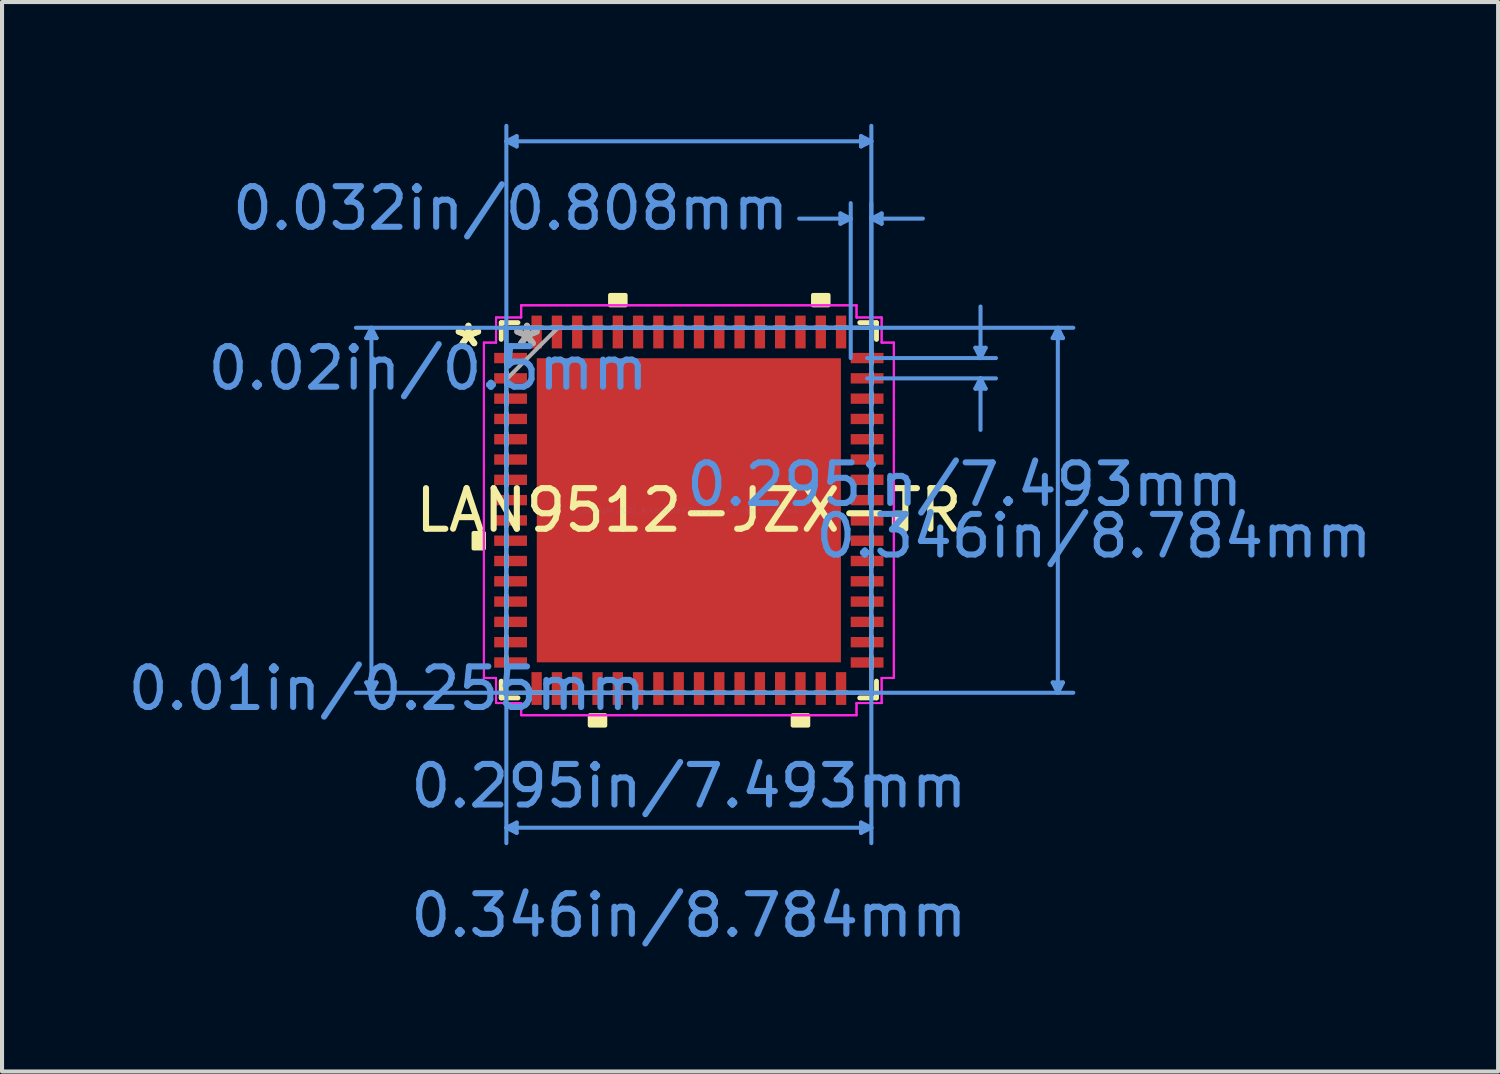
<source format=kicad_pcb>
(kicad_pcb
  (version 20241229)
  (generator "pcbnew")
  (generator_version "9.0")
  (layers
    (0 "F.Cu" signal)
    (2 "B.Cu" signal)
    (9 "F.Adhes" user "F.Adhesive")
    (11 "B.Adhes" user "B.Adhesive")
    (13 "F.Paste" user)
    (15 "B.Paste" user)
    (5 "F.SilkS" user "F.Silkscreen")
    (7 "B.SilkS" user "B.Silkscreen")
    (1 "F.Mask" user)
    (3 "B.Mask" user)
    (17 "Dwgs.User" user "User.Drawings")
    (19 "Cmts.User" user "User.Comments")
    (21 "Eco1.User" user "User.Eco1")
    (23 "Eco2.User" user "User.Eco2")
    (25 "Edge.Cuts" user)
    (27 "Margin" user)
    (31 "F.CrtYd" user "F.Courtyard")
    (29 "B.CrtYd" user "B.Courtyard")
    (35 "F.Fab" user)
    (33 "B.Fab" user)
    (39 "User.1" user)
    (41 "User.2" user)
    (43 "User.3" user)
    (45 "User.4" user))
  (footprint "LAN9512-JZX-TR"
    (layer "F.Cu")
    (at 13.922 9.522)
    (property "Reference" "LAN9512-JZX-TR" (at 0 0 0) (layer "F.SilkS") (effects (font (size 1 1) (thickness 0.15))))
    (attr through_hole)
    (fp_line (start -4.623 -4.623) (end -4.623 -4.21) (stroke (width 0.12) (type solid)) (layer "F.SilkS"))
    (fp_line (start -4.623 4.21) (end -4.623 4.623) (stroke (width 0.12) (type solid)) (layer "F.SilkS"))
    (fp_line (start -4.623 4.623) (end -4.21 4.623) (stroke (width 0.12) (type solid)) (layer "F.SilkS"))
    (fp_line (start -4.21 -4.623) (end -4.623 -4.623) (stroke (width 0.12) (type solid)) (layer "F.SilkS"))
    (fp_line (start 4.21 4.623) (end 4.623 4.623) (stroke (width 0.12) (type solid)) (layer "F.SilkS"))
    (fp_line (start 4.623 -4.623) (end 4.21 -4.623) (stroke (width 0.12) (type solid)) (layer "F.SilkS"))
    (fp_line (start 4.623 -4.21) (end 4.623 -4.623) (stroke (width 0.12) (type solid)) (layer "F.SilkS"))
    (fp_line (start 4.623 4.623) (end 4.623 4.21) (stroke (width 0.12) (type solid)) (layer "F.SilkS"))
    (fp_poly (pts (xy -5.304 0.56) (xy -5.304 0.941) (xy -5.05 0.941) (xy -5.05 0.56)) (stroke (width 0.1) (type solid)) (fill yes) (layer "F.SilkS"))
    (fp_poly (pts (xy -2.441 5.05) (xy -2.441 5.304) (xy -2.06 5.304) (xy -2.06 5.05)) (stroke (width 0.1) (type solid)) (fill yes) (layer "F.SilkS"))
    (fp_poly (pts (xy -1.94 -5.05) (xy -1.94 -5.304) (xy -1.559 -5.304) (xy -1.559 -5.05)) (stroke (width 0.1) (type solid)) (fill yes) (layer "F.SilkS"))
    (fp_poly (pts (xy 2.559 5.05) (xy 2.559 5.304) (xy 2.941 5.304) (xy 2.941 5.05)) (stroke (width 0.1) (type solid)) (fill yes) (layer "F.SilkS"))
    (fp_poly (pts (xy 3.06 -5.05) (xy 3.06 -5.304) (xy 3.441 -5.304) (xy 3.441 -5.05)) (stroke (width 0.1) (type solid)) (fill yes) (layer "F.SilkS"))
    (fp_poly (pts (xy 5.304 0.059) (xy 5.304 0.441) (xy 5.05 0.441) (xy 5.05 0.059)) (stroke (width 0.1) (type solid)) (fill yes) (layer "F.SilkS"))
    (fp_poly (pts (xy -3.647 -3.647) (xy -3.647 -2.348) (xy -2.348 -2.348) (xy -2.348 -3.647)) (stroke (width 0.1) (type solid)) (fill yes) (layer "F.Paste"))
    (fp_poly (pts (xy -3.647 -2.148) (xy -3.647 -0.849) (xy -2.348 -0.849) (xy -2.348 -2.148)) (stroke (width 0.1) (type solid)) (fill yes) (layer "F.Paste"))
    (fp_poly (pts (xy -3.647 -0.649) (xy -3.647 0.649) (xy -2.348 0.649) (xy -2.348 -0.649)) (stroke (width 0.1) (type solid)) (fill yes) (layer "F.Paste"))
    (fp_poly (pts (xy -3.647 0.849) (xy -3.647 2.148) (xy -2.348 2.148) (xy -2.348 0.849)) (stroke (width 0.1) (type solid)) (fill yes) (layer "F.Paste"))
    (fp_poly (pts (xy -3.647 2.348) (xy -3.647 3.647) (xy -2.348 3.647) (xy -2.348 2.348)) (stroke (width 0.1) (type solid)) (fill yes) (layer "F.Paste"))
    (fp_poly (pts (xy -2.148 -3.647) (xy -2.148 -2.348) (xy -0.849 -2.348) (xy -0.849 -3.647)) (stroke (width 0.1) (type solid)) (fill yes) (layer "F.Paste"))
    (fp_poly (pts (xy -2.148 -2.148) (xy -2.148 -0.849) (xy -0.849 -0.849) (xy -0.849 -2.148)) (stroke (width 0.1) (type solid)) (fill yes) (layer "F.Paste"))
    (fp_poly (pts (xy -2.148 -0.649) (xy -2.148 0.649) (xy -0.849 0.649) (xy -0.849 -0.649)) (stroke (width 0.1) (type solid)) (fill yes) (layer "F.Paste"))
    (fp_poly (pts (xy -2.148 0.849) (xy -2.148 2.148) (xy -0.849 2.148) (xy -0.849 0.849)) (stroke (width 0.1) (type solid)) (fill yes) (layer "F.Paste"))
    (fp_poly (pts (xy -2.148 2.348) (xy -2.148 3.647) (xy -0.849 3.647) (xy -0.849 2.348)) (stroke (width 0.1) (type solid)) (fill yes) (layer "F.Paste"))
    (fp_poly (pts (xy -0.649 -3.647) (xy -0.649 -2.348) (xy 0.649 -2.348) (xy 0.649 -3.647)) (stroke (width 0.1) (type solid)) (fill yes) (layer "F.Paste"))
    (fp_poly (pts (xy -0.649 -2.148) (xy -0.649 -0.849) (xy 0.649 -0.849) (xy 0.649 -2.148)) (stroke (width 0.1) (type solid)) (fill yes) (layer "F.Paste"))
    (fp_poly (pts (xy -0.649 -0.649) (xy -0.649 0.649) (xy 0.649 0.649) (xy 0.649 -0.649)) (stroke (width 0.1) (type solid)) (fill yes) (layer "F.Paste"))
    (fp_poly (pts (xy -0.649 0.849) (xy -0.649 2.148) (xy 0.649 2.148) (xy 0.649 0.849)) (stroke (width 0.1) (type solid)) (fill yes) (layer "F.Paste"))
    (fp_poly (pts (xy -0.649 2.348) (xy -0.649 3.647) (xy 0.649 3.647) (xy 0.649 2.348)) (stroke (width 0.1) (type solid)) (fill yes) (layer "F.Paste"))
    (fp_poly (pts (xy 0.849 -3.647) (xy 0.849 -2.348) (xy 2.148 -2.348) (xy 2.148 -3.647)) (stroke (width 0.1) (type solid)) (fill yes) (layer "F.Paste"))
    (fp_poly (pts (xy 0.849 -2.148) (xy 0.849 -0.849) (xy 2.148 -0.849) (xy 2.148 -2.148)) (stroke (width 0.1) (type solid)) (fill yes) (layer "F.Paste"))
    (fp_poly (pts (xy 0.849 -0.649) (xy 0.849 0.649) (xy 2.148 0.649) (xy 2.148 -0.649)) (stroke (width 0.1) (type solid)) (fill yes) (layer "F.Paste"))
    (fp_poly (pts (xy 0.849 0.849) (xy 0.849 2.148) (xy 2.148 2.148) (xy 2.148 0.849)) (stroke (width 0.1) (type solid)) (fill yes) (layer "F.Paste"))
    (fp_poly (pts (xy 0.849 2.348) (xy 0.849 3.647) (xy 2.148 3.647) (xy 2.148 2.348)) (stroke (width 0.1) (type solid)) (fill yes) (layer "F.Paste"))
    (fp_poly (pts (xy 2.348 -3.647) (xy 2.348 -2.348) (xy 3.647 -2.348) (xy 3.647 -3.647)) (stroke (width 0.1) (type solid)) (fill yes) (layer "F.Paste"))
    (fp_poly (pts (xy 2.348 -2.148) (xy 2.348 -0.849) (xy 3.647 -0.849) (xy 3.647 -2.148)) (stroke (width 0.1) (type solid)) (fill yes) (layer "F.Paste"))
    (fp_poly (pts (xy 2.348 -0.649) (xy 2.348 0.649) (xy 3.647 0.649) (xy 3.647 -0.649)) (stroke (width 0.1) (type solid)) (fill yes) (layer "F.Paste"))
    (fp_poly (pts (xy 2.348 0.849) (xy 2.348 2.148) (xy 3.647 2.148) (xy 3.647 0.849)) (stroke (width 0.1) (type solid)) (fill yes) (layer "F.Paste"))
    (fp_poly (pts (xy 2.348 2.348) (xy 2.348 3.647) (xy 3.647 3.647) (xy 3.647 2.348)) (stroke (width 0.1) (type solid)) (fill yes) (layer "F.Paste"))
    (fp_line (start -7.948 -4.242) (end -7.694 -4.242) (stroke (width 0.1) (type solid)) (layer "Cmts.User"))
    (fp_line (start -7.948 4.242) (end -7.694 4.242) (stroke (width 0.1) (type solid)) (layer "Cmts.User"))
    (fp_line (start -7.821 -4.496) (end -7.948 -4.242) (stroke (width 0.1) (type solid)) (layer "Cmts.User"))
    (fp_line (start -7.821 -4.496) (end -7.821 4.496) (stroke (width 0.1) (type solid)) (layer "Cmts.User"))
    (fp_line (start -7.821 -4.496) (end -7.694 -4.242) (stroke (width 0.1) (type solid)) (layer "Cmts.User"))
    (fp_line (start -7.821 4.496) (end -7.948 4.242) (stroke (width 0.1) (type solid)) (layer "Cmts.User"))
    (fp_line (start -7.821 4.496) (end -7.694 4.242) (stroke (width 0.1) (type solid)) (layer "Cmts.User"))
    (fp_line (start -4.496 -9.091) (end -4.242 -9.218) (stroke (width 0.1) (type solid)) (layer "Cmts.User"))
    (fp_line (start -4.496 -9.091) (end -4.242 -8.964) (stroke (width 0.1) (type solid)) (layer "Cmts.User"))
    (fp_line (start -4.496 -9.091) (end 4.496 -9.091) (stroke (width 0.1) (type solid)) (layer "Cmts.User"))
    (fp_line (start -4.496 -4.496) (end -4.496 8.202) (stroke (width 0.1) (type solid)) (layer "Cmts.User"))
    (fp_line (start -4.496 -3.75) (end -4.496 -9.472) (stroke (width 0.1) (type solid)) (layer "Cmts.User"))
    (fp_line (start -4.496 7.821) (end -4.242 7.694) (stroke (width 0.1) (type solid)) (layer "Cmts.User"))
    (fp_line (start -4.496 7.821) (end -4.242 7.948) (stroke (width 0.1) (type solid)) (layer "Cmts.User"))
    (fp_line (start -4.496 7.821) (end 4.496 7.821) (stroke (width 0.1) (type solid)) (layer "Cmts.User"))
    (fp_line (start -4.242 -9.218) (end -4.242 -8.964) (stroke (width 0.1) (type solid)) (layer "Cmts.User"))
    (fp_line (start -4.242 7.694) (end -4.242 7.948) (stroke (width 0.1) (type solid)) (layer "Cmts.User"))
    (fp_line (start 3.734 -7.313) (end 3.734 -7.059) (stroke (width 0.1) (type solid)) (layer "Cmts.User"))
    (fp_line (start 3.75 -4.496) (end 9.472 -4.496) (stroke (width 0.1) (type solid)) (layer "Cmts.User"))
    (fp_line (start 3.75 4.496) (end 9.472 4.496) (stroke (width 0.1) (type solid)) (layer "Cmts.User"))
    (fp_line (start 3.988 -7.186) (end 2.718 -7.186) (stroke (width 0.1) (type solid)) (layer "Cmts.User"))
    (fp_line (start 3.988 -7.186) (end 3.734 -7.313) (stroke (width 0.1) (type solid)) (layer "Cmts.User"))
    (fp_line (start 3.988 -7.186) (end 3.734 -7.059) (stroke (width 0.1) (type solid)) (layer "Cmts.User"))
    (fp_line (start 3.988 -3.75) (end 3.988 -7.567) (stroke (width 0.1) (type solid)) (layer "Cmts.User"))
    (fp_line (start 4.242 -9.218) (end 4.242 -8.964) (stroke (width 0.1) (type solid)) (layer "Cmts.User"))
    (fp_line (start 4.242 7.694) (end 4.242 7.948) (stroke (width 0.1) (type solid)) (layer "Cmts.User"))
    (fp_line (start 4.392 -3.75) (end 7.567 -3.75) (stroke (width 0.1) (type solid)) (layer "Cmts.User"))
    (fp_line (start 4.392 -3.25) (end 7.567 -3.25) (stroke (width 0.1) (type solid)) (layer "Cmts.User"))
    (fp_line (start 4.496 -9.091) (end 4.242 -9.218) (stroke (width 0.1) (type solid)) (layer "Cmts.User"))
    (fp_line (start 4.496 -9.091) (end 4.242 -8.964) (stroke (width 0.1) (type solid)) (layer "Cmts.User"))
    (fp_line (start 4.496 -7.186) (end 4.75 -7.313) (stroke (width 0.1) (type solid)) (layer "Cmts.User"))
    (fp_line (start 4.496 -7.186) (end 4.75 -7.059) (stroke (width 0.1) (type solid)) (layer "Cmts.User"))
    (fp_line (start 4.496 -7.186) (end 5.766 -7.186) (stroke (width 0.1) (type solid)) (layer "Cmts.User"))
    (fp_line (start 4.496 -4.496) (end -8.202 -4.496) (stroke (width 0.1) (type solid)) (layer "Cmts.User"))
    (fp_line (start 4.496 -4.496) (end 4.496 8.202) (stroke (width 0.1) (type solid)) (layer "Cmts.User"))
    (fp_line (start 4.496 -3.75) (end 4.496 -9.472) (stroke (width 0.1) (type solid)) (layer "Cmts.User"))
    (fp_line (start 4.496 -3.75) (end 4.496 -7.567) (stroke (width 0.1) (type solid)) (layer "Cmts.User"))
    (fp_line (start 4.496 4.496) (end -8.202 4.496) (stroke (width 0.1) (type solid)) (layer "Cmts.User"))
    (fp_line (start 4.496 7.821) (end 4.242 7.694) (stroke (width 0.1) (type solid)) (layer "Cmts.User"))
    (fp_line (start 4.496 7.821) (end 4.242 7.948) (stroke (width 0.1) (type solid)) (layer "Cmts.User"))
    (fp_line (start 4.75 -7.313) (end 4.75 -7.059) (stroke (width 0.1) (type solid)) (layer "Cmts.User"))
    (fp_line (start 7.059 -4.004) (end 7.313 -4.004) (stroke (width 0.1) (type solid)) (layer "Cmts.User"))
    (fp_line (start 7.059 -2.996) (end 7.313 -2.996) (stroke (width 0.1) (type solid)) (layer "Cmts.User"))
    (fp_line (start 7.186 -3.75) (end 7.059 -4.004) (stroke (width 0.1) (type solid)) (layer "Cmts.User"))
    (fp_line (start 7.186 -3.75) (end 7.186 -5.02) (stroke (width 0.1) (type solid)) (layer "Cmts.User"))
    (fp_line (start 7.186 -3.75) (end 7.313 -4.004) (stroke (width 0.1) (type solid)) (layer "Cmts.User"))
    (fp_line (start 7.186 -3.25) (end 7.059 -2.996) (stroke (width 0.1) (type solid)) (layer "Cmts.User"))
    (fp_line (start 7.186 -3.25) (end 7.186 -1.98) (stroke (width 0.1) (type solid)) (layer "Cmts.User"))
    (fp_line (start 7.186 -3.25) (end 7.313 -2.996) (stroke (width 0.1) (type solid)) (layer "Cmts.User"))
    (fp_line (start 8.964 -4.242) (end 9.218 -4.242) (stroke (width 0.1) (type solid)) (layer "Cmts.User"))
    (fp_line (start 8.964 4.242) (end 9.218 4.242) (stroke (width 0.1) (type solid)) (layer "Cmts.User"))
    (fp_line (start 9.091 -4.496) (end 8.964 -4.242) (stroke (width 0.1) (type solid)) (layer "Cmts.User"))
    (fp_line (start 9.091 -4.496) (end 9.091 4.496) (stroke (width 0.1) (type solid)) (layer "Cmts.User"))
    (fp_line (start 9.091 -4.496) (end 9.218 -4.242) (stroke (width 0.1) (type solid)) (layer "Cmts.User"))
    (fp_line (start 9.091 4.496) (end 8.964 4.242) (stroke (width 0.1) (type solid)) (layer "Cmts.User"))
    (fp_line (start 9.091 4.496) (end 9.218 4.242) (stroke (width 0.1) (type solid)) (layer "Cmts.User"))
    (fp_line (start -5.05 -4.131) (end -4.75 -4.131) (stroke (width 0.05) (type solid)) (layer "F.CrtYd"))
    (fp_line (start -5.05 -4.131) (end -4.75 -4.131) (stroke (width 0.05) (type solid)) (layer "F.CrtYd"))
    (fp_line (start -5.05 4.131) (end -5.05 -4.131) (stroke (width 0.05) (type solid)) (layer "F.CrtYd"))
    (fp_line (start -5.05 4.131) (end -5.05 -4.131) (stroke (width 0.05) (type solid)) (layer "F.CrtYd"))
    (fp_line (start -4.75 -4.75) (end -4.131 -4.75) (stroke (width 0.05) (type solid)) (layer "F.CrtYd"))
    (fp_line (start -4.75 -4.75) (end -4.131 -4.75) (stroke (width 0.05) (type solid)) (layer "F.CrtYd"))
    (fp_line (start -4.75 -4.131) (end -4.75 -4.75) (stroke (width 0.05) (type solid)) (layer "F.CrtYd"))
    (fp_line (start -4.75 -4.131) (end -4.75 -4.75) (stroke (width 0.05) (type solid)) (layer "F.CrtYd"))
    (fp_line (start -4.75 4.131) (end -5.05 4.131) (stroke (width 0.05) (type solid)) (layer "F.CrtYd"))
    (fp_line (start -4.75 4.131) (end -5.05 4.131) (stroke (width 0.05) (type solid)) (layer "F.CrtYd"))
    (fp_line (start -4.75 4.75) (end -4.75 4.131) (stroke (width 0.05) (type solid)) (layer "F.CrtYd"))
    (fp_line (start -4.75 4.75) (end -4.75 4.131) (stroke (width 0.05) (type solid)) (layer "F.CrtYd"))
    (fp_line (start -4.131 -5.05) (end 4.131 -5.05) (stroke (width 0.05) (type solid)) (layer "F.CrtYd"))
    (fp_line (start -4.131 -5.05) (end 4.131 -5.05) (stroke (width 0.05) (type solid)) (layer "F.CrtYd"))
    (fp_line (start -4.131 -4.75) (end -4.131 -5.05) (stroke (width 0.05) (type solid)) (layer "F.CrtYd"))
    (fp_line (start -4.131 -4.75) (end -4.131 -5.05) (stroke (width 0.05) (type solid)) (layer "F.CrtYd"))
    (fp_line (start -4.131 4.75) (end -4.75 4.75) (stroke (width 0.05) (type solid)) (layer "F.CrtYd"))
    (fp_line (start -4.131 4.75) (end -4.75 4.75) (stroke (width 0.05) (type solid)) (layer "F.CrtYd"))
    (fp_line (start -4.131 5.05) (end -4.131 4.75) (stroke (width 0.05) (type solid)) (layer "F.CrtYd"))
    (fp_line (start -4.131 5.05) (end -4.131 4.75) (stroke (width 0.05) (type solid)) (layer "F.CrtYd"))
    (fp_line (start 4.131 -5.05) (end 4.131 -4.75) (stroke (width 0.05) (type solid)) (layer "F.CrtYd"))
    (fp_line (start 4.131 -5.05) (end 4.131 -4.75) (stroke (width 0.05) (type solid)) (layer "F.CrtYd"))
    (fp_line (start 4.131 -4.75) (end 4.75 -4.75) (stroke (width 0.05) (type solid)) (layer "F.CrtYd"))
    (fp_line (start 4.131 -4.75) (end 4.75 -4.75) (stroke (width 0.05) (type solid)) (layer "F.CrtYd"))
    (fp_line (start 4.131 4.75) (end 4.131 5.05) (stroke (width 0.05) (type solid)) (layer "F.CrtYd"))
    (fp_line (start 4.131 4.75) (end 4.131 5.05) (stroke (width 0.05) (type solid)) (layer "F.CrtYd"))
    (fp_line (start 4.131 5.05) (end -4.131 5.05) (stroke (width 0.05) (type solid)) (layer "F.CrtYd"))
    (fp_line (start 4.131 5.05) (end -4.131 5.05) (stroke (width 0.05) (type solid)) (layer "F.CrtYd"))
    (fp_line (start 4.75 -4.75) (end 4.75 -4.131) (stroke (width 0.05) (type solid)) (layer "F.CrtYd"))
    (fp_line (start 4.75 -4.75) (end 4.75 -4.131) (stroke (width 0.05) (type solid)) (layer "F.CrtYd"))
    (fp_line (start 4.75 -4.131) (end 5.05 -4.131) (stroke (width 0.05) (type solid)) (layer "F.CrtYd"))
    (fp_line (start 4.75 -4.131) (end 5.05 -4.131) (stroke (width 0.05) (type solid)) (layer "F.CrtYd"))
    (fp_line (start 4.75 4.131) (end 4.75 4.75) (stroke (width 0.05) (type solid)) (layer "F.CrtYd"))
    (fp_line (start 4.75 4.131) (end 4.75 4.75) (stroke (width 0.05) (type solid)) (layer "F.CrtYd"))
    (fp_line (start 4.75 4.75) (end 4.131 4.75) (stroke (width 0.05) (type solid)) (layer "F.CrtYd"))
    (fp_line (start 4.75 4.75) (end 4.131 4.75) (stroke (width 0.05) (type solid)) (layer "F.CrtYd"))
    (fp_line (start 5.05 -4.131) (end 5.05 4.131) (stroke (width 0.05) (type solid)) (layer "F.CrtYd"))
    (fp_line (start 5.05 -4.131) (end 5.05 4.131) (stroke (width 0.05) (type solid)) (layer "F.CrtYd"))
    (fp_line (start 5.05 4.131) (end 4.75 4.131) (stroke (width 0.05) (type solid)) (layer "F.CrtYd"))
    (fp_line (start 5.05 4.131) (end 4.75 4.131) (stroke (width 0.05) (type solid)) (layer "F.CrtYd"))
    (fp_line (start -4.496 -4.496) (end -4.496 -4.496) (stroke (width 0.1) (type solid)) (layer "F.Fab"))
    (fp_line (start -4.496 -4.496) (end -4.496 4.496) (stroke (width 0.1) (type solid)) (layer "F.Fab"))
    (fp_line (start -4.496 -3.902) (end -4.496 -3.902) (stroke (width 0.1) (type solid)) (layer "F.Fab"))
    (fp_line (start -4.496 -3.902) (end -4.496 -3.598) (stroke (width 0.1) (type solid)) (layer "F.Fab"))
    (fp_line (start -4.496 -3.598) (end -4.496 -3.902) (stroke (width 0.1) (type solid)) (layer "F.Fab"))
    (fp_line (start -4.496 -3.598) (end -4.496 -3.598) (stroke (width 0.1) (type solid)) (layer "F.Fab"))
    (fp_line (start -4.496 -3.402) (end -4.496 -3.402) (stroke (width 0.1) (type solid)) (layer "F.Fab"))
    (fp_line (start -4.496 -3.402) (end -4.496 -3.098) (stroke (width 0.1) (type solid)) (layer "F.Fab"))
    (fp_line (start -4.496 -3.226) (end -3.226 -4.496) (stroke (width 0.1) (type solid)) (layer "F.Fab"))
    (fp_line (start -4.496 -3.098) (end -4.496 -3.402) (stroke (width 0.1) (type solid)) (layer "F.Fab"))
    (fp_line (start -4.496 -3.098) (end -4.496 -3.098) (stroke (width 0.1) (type solid)) (layer "F.Fab"))
    (fp_line (start -4.496 -2.902) (end -4.496 -2.902) (stroke (width 0.1) (type solid)) (layer "F.Fab"))
    (fp_line (start -4.496 -2.902) (end -4.496 -2.598) (stroke (width 0.1) (type solid)) (layer "F.Fab"))
    (fp_line (start -4.496 -2.598) (end -4.496 -2.902) (stroke (width 0.1) (type solid)) (layer "F.Fab"))
    (fp_line (start -4.496 -2.598) (end -4.496 -2.598) (stroke (width 0.1) (type solid)) (layer "F.Fab"))
    (fp_line (start -4.496 -2.402) (end -4.496 -2.402) (stroke (width 0.1) (type solid)) (layer "F.Fab"))
    (fp_line (start -4.496 -2.402) (end -4.496 -2.098) (stroke (width 0.1) (type solid)) (layer "F.Fab"))
    (fp_line (start -4.496 -2.098) (end -4.496 -2.402) (stroke (width 0.1) (type solid)) (layer "F.Fab"))
    (fp_line (start -4.496 -2.098) (end -4.496 -2.098) (stroke (width 0.1) (type solid)) (layer "F.Fab"))
    (fp_line (start -4.496 -1.902) (end -4.496 -1.902) (stroke (width 0.1) (type solid)) (layer "F.Fab"))
    (fp_line (start -4.496 -1.902) (end -4.496 -1.598) (stroke (width 0.1) (type solid)) (layer "F.Fab"))
    (fp_line (start -4.496 -1.598) (end -4.496 -1.902) (stroke (width 0.1) (type solid)) (layer "F.Fab"))
    (fp_line (start -4.496 -1.598) (end -4.496 -1.598) (stroke (width 0.1) (type solid)) (layer "F.Fab"))
    (fp_line (start -4.496 -1.402) (end -4.496 -1.402) (stroke (width 0.1) (type solid)) (layer "F.Fab"))
    (fp_line (start -4.496 -1.402) (end -4.496 -1.098) (stroke (width 0.1) (type solid)) (layer "F.Fab"))
    (fp_line (start -4.496 -1.098) (end -4.496 -1.402) (stroke (width 0.1) (type solid)) (layer "F.Fab"))
    (fp_line (start -4.496 -1.098) (end -4.496 -1.098) (stroke (width 0.1) (type solid)) (layer "F.Fab"))
    (fp_line (start -4.496 -0.902) (end -4.496 -0.902) (stroke (width 0.1) (type solid)) (layer "F.Fab"))
    (fp_line (start -4.496 -0.902) (end -4.496 -0.598) (stroke (width 0.1) (type solid)) (layer "F.Fab"))
    (fp_line (start -4.496 -0.598) (end -4.496 -0.902) (stroke (width 0.1) (type solid)) (layer "F.Fab"))
    (fp_line (start -4.496 -0.598) (end -4.496 -0.598) (stroke (width 0.1) (type solid)) (layer "F.Fab"))
    (fp_line (start -4.496 -0.402) (end -4.496 -0.402) (stroke (width 0.1) (type solid)) (layer "F.Fab"))
    (fp_line (start -4.496 -0.402) (end -4.496 -0.098) (stroke (width 0.1) (type solid)) (layer "F.Fab"))
    (fp_line (start -4.496 -0.098) (end -4.496 -0.402) (stroke (width 0.1) (type solid)) (layer "F.Fab"))
    (fp_line (start -4.496 -0.098) (end -4.496 -0.098) (stroke (width 0.1) (type solid)) (layer "F.Fab"))
    (fp_line (start -4.496 0.098) (end -4.496 0.098) (stroke (width 0.1) (type solid)) (layer "F.Fab"))
    (fp_line (start -4.496 0.098) (end -4.496 0.402) (stroke (width 0.1) (type solid)) (layer "F.Fab"))
    (fp_line (start -4.496 0.402) (end -4.496 0.098) (stroke (width 0.1) (type solid)) (layer "F.Fab"))
    (fp_line (start -4.496 0.402) (end -4.496 0.402) (stroke (width 0.1) (type solid)) (layer "F.Fab"))
    (fp_line (start -4.496 0.598) (end -4.496 0.598) (stroke (width 0.1) (type solid)) (layer "F.Fab"))
    (fp_line (start -4.496 0.598) (end -4.496 0.902) (stroke (width 0.1) (type solid)) (layer "F.Fab"))
    (fp_line (start -4.496 0.902) (end -4.496 0.598) (stroke (width 0.1) (type solid)) (layer "F.Fab"))
    (fp_line (start -4.496 0.902) (end -4.496 0.902) (stroke (width 0.1) (type solid)) (layer "F.Fab"))
    (fp_line (start -4.496 1.098) (end -4.496 1.098) (stroke (width 0.1) (type solid)) (layer "F.Fab"))
    (fp_line (start -4.496 1.098) (end -4.496 1.402) (stroke (width 0.1) (type solid)) (layer "F.Fab"))
    (fp_line (start -4.496 1.402) (end -4.496 1.098) (stroke (width 0.1) (type solid)) (layer "F.Fab"))
    (fp_line (start -4.496 1.402) (end -4.496 1.402) (stroke (width 0.1) (type solid)) (layer "F.Fab"))
    (fp_line (start -4.496 1.598) (end -4.496 1.598) (stroke (width 0.1) (type solid)) (layer "F.Fab"))
    (fp_line (start -4.496 1.598) (end -4.496 1.902) (stroke (width 0.1) (type solid)) (layer "F.Fab"))
    (fp_line (start -4.496 1.902) (end -4.496 1.598) (stroke (width 0.1) (type solid)) (layer "F.Fab"))
    (fp_line (start -4.496 1.902) (end -4.496 1.902) (stroke (width 0.1) (type solid)) (layer "F.Fab"))
    (fp_line (start -4.496 2.098) (end -4.496 2.098) (stroke (width 0.1) (type solid)) (layer "F.Fab"))
    (fp_line (start -4.496 2.098) (end -4.496 2.402) (stroke (width 0.1) (type solid)) (layer "F.Fab"))
    (fp_line (start -4.496 2.402) (end -4.496 2.098) (stroke (width 0.1) (type solid)) (layer "F.Fab"))
    (fp_line (start -4.496 2.402) (end -4.496 2.402) (stroke (width 0.1) (type solid)) (layer "F.Fab"))
    (fp_line (start -4.496 2.598) (end -4.496 2.598) (stroke (width 0.1) (type solid)) (layer "F.Fab"))
    (fp_line (start -4.496 2.598) (end -4.496 2.902) (stroke (width 0.1) (type solid)) (layer "F.Fab"))
    (fp_line (start -4.496 2.902) (end -4.496 2.598) (stroke (width 0.1) (type solid)) (layer "F.Fab"))
    (fp_line (start -4.496 2.902) (end -4.496 2.902) (stroke (width 0.1) (type solid)) (layer "F.Fab"))
    (fp_line (start -4.496 3.098) (end -4.496 3.098) (stroke (width 0.1) (type solid)) (layer "F.Fab"))
    (fp_line (start -4.496 3.098) (end -4.496 3.402) (stroke (width 0.1) (type solid)) (layer "F.Fab"))
    (fp_line (start -4.496 3.402) (end -4.496 3.098) (stroke (width 0.1) (type solid)) (layer "F.Fab"))
    (fp_line (start -4.496 3.402) (end -4.496 3.402) (stroke (width 0.1) (type solid)) (layer "F.Fab"))
    (fp_line (start -4.496 3.598) (end -4.496 3.598) (stroke (width 0.1) (type solid)) (layer "F.Fab"))
    (fp_line (start -4.496 3.598) (end -4.496 3.902) (stroke (width 0.1) (type solid)) (layer "F.Fab"))
    (fp_line (start -4.496 3.902) (end -4.496 3.598) (stroke (width 0.1) (type solid)) (layer "F.Fab"))
    (fp_line (start -4.496 3.902) (end -4.496 3.902) (stroke (width 0.1) (type solid)) (layer "F.Fab"))
    (fp_line (start -4.496 4.496) (end -4.496 4.496) (stroke (width 0.1) (type solid)) (layer "F.Fab"))
    (fp_line (start -4.496 4.496) (end 4.496 4.496) (stroke (width 0.1) (type solid)) (layer "F.Fab"))
    (fp_line (start -3.902 -4.496) (end -3.902 -4.496) (stroke (width 0.1) (type solid)) (layer "F.Fab"))
    (fp_line (start -3.902 -4.496) (end -3.598 -4.496) (stroke (width 0.1) (type solid)) (layer "F.Fab"))
    (fp_line (start -3.902 4.496) (end -3.902 4.496) (stroke (width 0.1) (type solid)) (layer "F.Fab"))
    (fp_line (start -3.902 4.496) (end -3.598 4.496) (stroke (width 0.1) (type solid)) (layer "F.Fab"))
    (fp_line (start -3.598 -4.496) (end -3.902 -4.496) (stroke (width 0.1) (type solid)) (layer "F.Fab"))
    (fp_line (start -3.598 -4.496) (end -3.598 -4.496) (stroke (width 0.1) (type solid)) (layer "F.Fab"))
    (fp_line (start -3.598 4.496) (end -3.902 4.496) (stroke (width 0.1) (type solid)) (layer "F.Fab"))
    (fp_line (start -3.598 4.496) (end -3.598 4.496) (stroke (width 0.1) (type solid)) (layer "F.Fab"))
    (fp_line (start -3.402 -4.496) (end -3.402 -4.496) (stroke (width 0.1) (type solid)) (layer "F.Fab"))
    (fp_line (start -3.402 -4.496) (end -3.098 -4.496) (stroke (width 0.1) (type solid)) (layer "F.Fab"))
    (fp_line (start -3.402 4.496) (end -3.402 4.496) (stroke (width 0.1) (type solid)) (layer "F.Fab"))
    (fp_line (start -3.402 4.496) (end -3.098 4.496) (stroke (width 0.1) (type solid)) (layer "F.Fab"))
    (fp_line (start -3.098 -4.496) (end -3.402 -4.496) (stroke (width 0.1) (type solid)) (layer "F.Fab"))
    (fp_line (start -3.098 -4.496) (end -3.098 -4.496) (stroke (width 0.1) (type solid)) (layer "F.Fab"))
    (fp_line (start -3.098 4.496) (end -3.402 4.496) (stroke (width 0.1) (type solid)) (layer "F.Fab"))
    (fp_line (start -3.098 4.496) (end -3.098 4.496) (stroke (width 0.1) (type solid)) (layer "F.Fab"))
    (fp_line (start -2.902 -4.496) (end -2.902 -4.496) (stroke (width 0.1) (type solid)) (layer "F.Fab"))
    (fp_line (start -2.902 -4.496) (end -2.598 -4.496) (stroke (width 0.1) (type solid)) (layer "F.Fab"))
    (fp_line (start -2.902 4.496) (end -2.902 4.496) (stroke (width 0.1) (type solid)) (layer "F.Fab"))
    (fp_line (start -2.902 4.496) (end -2.598 4.496) (stroke (width 0.1) (type solid)) (layer "F.Fab"))
    (fp_line (start -2.598 -4.496) (end -2.902 -4.496) (stroke (width 0.1) (type solid)) (layer "F.Fab"))
    (fp_line (start -2.598 -4.496) (end -2.598 -4.496) (stroke (width 0.1) (type solid)) (layer "F.Fab"))
    (fp_line (start -2.598 4.496) (end -2.902 4.496) (stroke (width 0.1) (type solid)) (layer "F.Fab"))
    (fp_line (start -2.598 4.496) (end -2.598 4.496) (stroke (width 0.1) (type solid)) (layer "F.Fab"))
    (fp_line (start -2.402 -4.496) (end -2.402 -4.496) (stroke (width 0.1) (type solid)) (layer "F.Fab"))
    (fp_line (start -2.402 -4.496) (end -2.098 -4.496) (stroke (width 0.1) (type solid)) (layer "F.Fab"))
    (fp_line (start -2.402 4.496) (end -2.402 4.496) (stroke (width 0.1) (type solid)) (layer "F.Fab"))
    (fp_line (start -2.402 4.496) (end -2.098 4.496) (stroke (width 0.1) (type solid)) (layer "F.Fab"))
    (fp_line (start -2.098 -4.496) (end -2.402 -4.496) (stroke (width 0.1) (type solid)) (layer "F.Fab"))
    (fp_line (start -2.098 -4.496) (end -2.098 -4.496) (stroke (width 0.1) (type solid)) (layer "F.Fab"))
    (fp_line (start -2.098 4.496) (end -2.402 4.496) (stroke (width 0.1) (type solid)) (layer "F.Fab"))
    (fp_line (start -2.098 4.496) (end -2.098 4.496) (stroke (width 0.1) (type solid)) (layer "F.Fab"))
    (fp_line (start -1.902 -4.496) (end -1.902 -4.496) (stroke (width 0.1) (type solid)) (layer "F.Fab"))
    (fp_line (start -1.902 -4.496) (end -1.598 -4.496) (stroke (width 0.1) (type solid)) (layer "F.Fab"))
    (fp_line (start -1.902 4.496) (end -1.902 4.496) (stroke (width 0.1) (type solid)) (layer "F.Fab"))
    (fp_line (start -1.902 4.496) (end -1.598 4.496) (stroke (width 0.1) (type solid)) (layer "F.Fab"))
    (fp_line (start -1.598 -4.496) (end -1.902 -4.496) (stroke (width 0.1) (type solid)) (layer "F.Fab"))
    (fp_line (start -1.598 -4.496) (end -1.598 -4.496) (stroke (width 0.1) (type solid)) (layer "F.Fab"))
    (fp_line (start -1.598 4.496) (end -1.902 4.496) (stroke (width 0.1) (type solid)) (layer "F.Fab"))
    (fp_line (start -1.598 4.496) (end -1.598 4.496) (stroke (width 0.1) (type solid)) (layer "F.Fab"))
    (fp_line (start -1.402 -4.496) (end -1.402 -4.496) (stroke (width 0.1) (type solid)) (layer "F.Fab"))
    (fp_line (start -1.402 -4.496) (end -1.098 -4.496) (stroke (width 0.1) (type solid)) (layer "F.Fab"))
    (fp_line (start -1.402 4.496) (end -1.402 4.496) (stroke (width 0.1) (type solid)) (layer "F.Fab"))
    (fp_line (start -1.402 4.496) (end -1.098 4.496) (stroke (width 0.1) (type solid)) (layer "F.Fab"))
    (fp_line (start -1.098 -4.496) (end -1.402 -4.496) (stroke (width 0.1) (type solid)) (layer "F.Fab"))
    (fp_line (start -1.098 -4.496) (end -1.098 -4.496) (stroke (width 0.1) (type solid)) (layer "F.Fab"))
    (fp_line (start -1.098 4.496) (end -1.402 4.496) (stroke (width 0.1) (type solid)) (layer "F.Fab"))
    (fp_line (start -1.098 4.496) (end -1.098 4.496) (stroke (width 0.1) (type solid)) (layer "F.Fab"))
    (fp_line (start -0.902 -4.496) (end -0.902 -4.496) (stroke (width 0.1) (type solid)) (layer "F.Fab"))
    (fp_line (start -0.902 -4.496) (end -0.598 -4.496) (stroke (width 0.1) (type solid)) (layer "F.Fab"))
    (fp_line (start -0.902 4.496) (end -0.902 4.496) (stroke (width 0.1) (type solid)) (layer "F.Fab"))
    (fp_line (start -0.902 4.496) (end -0.598 4.496) (stroke (width 0.1) (type solid)) (layer "F.Fab"))
    (fp_line (start -0.598 -4.496) (end -0.902 -4.496) (stroke (width 0.1) (type solid)) (layer "F.Fab"))
    (fp_line (start -0.598 -4.496) (end -0.598 -4.496) (stroke (width 0.1) (type solid)) (layer "F.Fab"))
    (fp_line (start -0.598 4.496) (end -0.902 4.496) (stroke (width 0.1) (type solid)) (layer "F.Fab"))
    (fp_line (start -0.598 4.496) (end -0.598 4.496) (stroke (width 0.1) (type solid)) (layer "F.Fab"))
    (fp_line (start -0.402 -4.496) (end -0.402 -4.496) (stroke (width 0.1) (type solid)) (layer "F.Fab"))
    (fp_line (start -0.402 -4.496) (end -0.098 -4.496) (stroke (width 0.1) (type solid)) (layer "F.Fab"))
    (fp_line (start -0.402 4.496) (end -0.402 4.496) (stroke (width 0.1) (type solid)) (layer "F.Fab"))
    (fp_line (start -0.402 4.496) (end -0.098 4.496) (stroke (width 0.1) (type solid)) (layer "F.Fab"))
    (fp_line (start -0.098 -4.496) (end -0.402 -4.496) (stroke (width 0.1) (type solid)) (layer "F.Fab"))
    (fp_line (start -0.098 -4.496) (end -0.098 -4.496) (stroke (width 0.1) (type solid)) (layer "F.Fab"))
    (fp_line (start -0.098 4.496) (end -0.402 4.496) (stroke (width 0.1) (type solid)) (layer "F.Fab"))
    (fp_line (start -0.098 4.496) (end -0.098 4.496) (stroke (width 0.1) (type solid)) (layer "F.Fab"))
    (fp_line (start 0.098 -4.496) (end 0.098 -4.496) (stroke (width 0.1) (type solid)) (layer "F.Fab"))
    (fp_line (start 0.098 -4.496) (end 0.402 -4.496) (stroke (width 0.1) (type solid)) (layer "F.Fab"))
    (fp_line (start 0.098 4.496) (end 0.098 4.496) (stroke (width 0.1) (type solid)) (layer "F.Fab"))
    (fp_line (start 0.098 4.496) (end 0.402 4.496) (stroke (width 0.1) (type solid)) (layer "F.Fab"))
    (fp_line (start 0.402 -4.496) (end 0.098 -4.496) (stroke (width 0.1) (type solid)) (layer "F.Fab"))
    (fp_line (start 0.402 -4.496) (end 0.402 -4.496) (stroke (width 0.1) (type solid)) (layer "F.Fab"))
    (fp_line (start 0.402 4.496) (end 0.098 4.496) (stroke (width 0.1) (type solid)) (layer "F.Fab"))
    (fp_line (start 0.402 4.496) (end 0.402 4.496) (stroke (width 0.1) (type solid)) (layer "F.Fab"))
    (fp_line (start 0.598 -4.496) (end 0.598 -4.496) (stroke (width 0.1) (type solid)) (layer "F.Fab"))
    (fp_line (start 0.598 -4.496) (end 0.902 -4.496) (stroke (width 0.1) (type solid)) (layer "F.Fab"))
    (fp_line (start 0.598 4.496) (end 0.598 4.496) (stroke (width 0.1) (type solid)) (layer "F.Fab"))
    (fp_line (start 0.598 4.496) (end 0.902 4.496) (stroke (width 0.1) (type solid)) (layer "F.Fab"))
    (fp_line (start 0.902 -4.496) (end 0.598 -4.496) (stroke (width 0.1) (type solid)) (layer "F.Fab"))
    (fp_line (start 0.902 -4.496) (end 0.902 -4.496) (stroke (width 0.1) (type solid)) (layer "F.Fab"))
    (fp_line (start 0.902 4.496) (end 0.598 4.496) (stroke (width 0.1) (type solid)) (layer "F.Fab"))
    (fp_line (start 0.902 4.496) (end 0.902 4.496) (stroke (width 0.1) (type solid)) (layer "F.Fab"))
    (fp_line (start 1.098 -4.496) (end 1.098 -4.496) (stroke (width 0.1) (type solid)) (layer "F.Fab"))
    (fp_line (start 1.098 -4.496) (end 1.402 -4.496) (stroke (width 0.1) (type solid)) (layer "F.Fab"))
    (fp_line (start 1.098 4.496) (end 1.098 4.496) (stroke (width 0.1) (type solid)) (layer "F.Fab"))
    (fp_line (start 1.098 4.496) (end 1.402 4.496) (stroke (width 0.1) (type solid)) (layer "F.Fab"))
    (fp_line (start 1.402 -4.496) (end 1.098 -4.496) (stroke (width 0.1) (type solid)) (layer "F.Fab"))
    (fp_line (start 1.402 -4.496) (end 1.402 -4.496) (stroke (width 0.1) (type solid)) (layer "F.Fab"))
    (fp_line (start 1.402 4.496) (end 1.098 4.496) (stroke (width 0.1) (type solid)) (layer "F.Fab"))
    (fp_line (start 1.402 4.496) (end 1.402 4.496) (stroke (width 0.1) (type solid)) (layer "F.Fab"))
    (fp_line (start 1.598 -4.496) (end 1.598 -4.496) (stroke (width 0.1) (type solid)) (layer "F.Fab"))
    (fp_line (start 1.598 -4.496) (end 1.902 -4.496) (stroke (width 0.1) (type solid)) (layer "F.Fab"))
    (fp_line (start 1.598 4.496) (end 1.598 4.496) (stroke (width 0.1) (type solid)) (layer "F.Fab"))
    (fp_line (start 1.598 4.496) (end 1.902 4.496) (stroke (width 0.1) (type solid)) (layer "F.Fab"))
    (fp_line (start 1.902 -4.496) (end 1.598 -4.496) (stroke (width 0.1) (type solid)) (layer "F.Fab"))
    (fp_line (start 1.902 -4.496) (end 1.902 -4.496) (stroke (width 0.1) (type solid)) (layer "F.Fab"))
    (fp_line (start 1.902 4.496) (end 1.598 4.496) (stroke (width 0.1) (type solid)) (layer "F.Fab"))
    (fp_line (start 1.902 4.496) (end 1.902 4.496) (stroke (width 0.1) (type solid)) (layer "F.Fab"))
    (fp_line (start 2.098 -4.496) (end 2.098 -4.496) (stroke (width 0.1) (type solid)) (layer "F.Fab"))
    (fp_line (start 2.098 -4.496) (end 2.402 -4.496) (stroke (width 0.1) (type solid)) (layer "F.Fab"))
    (fp_line (start 2.098 4.496) (end 2.098 4.496) (stroke (width 0.1) (type solid)) (layer "F.Fab"))
    (fp_line (start 2.098 4.496) (end 2.402 4.496) (stroke (width 0.1) (type solid)) (layer "F.Fab"))
    (fp_line (start 2.402 -4.496) (end 2.098 -4.496) (stroke (width 0.1) (type solid)) (layer "F.Fab"))
    (fp_line (start 2.402 -4.496) (end 2.402 -4.496) (stroke (width 0.1) (type solid)) (layer "F.Fab"))
    (fp_line (start 2.402 4.496) (end 2.098 4.496) (stroke (width 0.1) (type solid)) (layer "F.Fab"))
    (fp_line (start 2.402 4.496) (end 2.402 4.496) (stroke (width 0.1) (type solid)) (layer "F.Fab"))
    (fp_line (start 2.598 -4.496) (end 2.598 -4.496) (stroke (width 0.1) (type solid)) (layer "F.Fab"))
    (fp_line (start 2.598 -4.496) (end 2.902 -4.496) (stroke (width 0.1) (type solid)) (layer "F.Fab"))
    (fp_line (start 2.598 4.496) (end 2.598 4.496) (stroke (width 0.1) (type solid)) (layer "F.Fab"))
    (fp_line (start 2.598 4.496) (end 2.902 4.496) (stroke (width 0.1) (type solid)) (layer "F.Fab"))
    (fp_line (start 2.902 -4.496) (end 2.598 -4.496) (stroke (width 0.1) (type solid)) (layer "F.Fab"))
    (fp_line (start 2.902 -4.496) (end 2.902 -4.496) (stroke (width 0.1) (type solid)) (layer "F.Fab"))
    (fp_line (start 2.902 4.496) (end 2.598 4.496) (stroke (width 0.1) (type solid)) (layer "F.Fab"))
    (fp_line (start 2.902 4.496) (end 2.902 4.496) (stroke (width 0.1) (type solid)) (layer "F.Fab"))
    (fp_line (start 3.098 -4.496) (end 3.098 -4.496) (stroke (width 0.1) (type solid)) (layer "F.Fab"))
    (fp_line (start 3.098 -4.496) (end 3.402 -4.496) (stroke (width 0.1) (type solid)) (layer "F.Fab"))
    (fp_line (start 3.098 4.496) (end 3.098 4.496) (stroke (width 0.1) (type solid)) (layer "F.Fab"))
    (fp_line (start 3.098 4.496) (end 3.402 4.496) (stroke (width 0.1) (type solid)) (layer "F.Fab"))
    (fp_line (start 3.402 -4.496) (end 3.098 -4.496) (stroke (width 0.1) (type solid)) (layer "F.Fab"))
    (fp_line (start 3.402 -4.496) (end 3.402 -4.496) (stroke (width 0.1) (type solid)) (layer "F.Fab"))
    (fp_line (start 3.402 4.496) (end 3.098 4.496) (stroke (width 0.1) (type solid)) (layer "F.Fab"))
    (fp_line (start 3.402 4.496) (end 3.402 4.496) (stroke (width 0.1) (type solid)) (layer "F.Fab"))
    (fp_line (start 3.598 -4.496) (end 3.598 -4.496) (stroke (width 0.1) (type solid)) (layer "F.Fab"))
    (fp_line (start 3.598 -4.496) (end 3.902 -4.496) (stroke (width 0.1) (type solid)) (layer "F.Fab"))
    (fp_line (start 3.598 4.496) (end 3.598 4.496) (stroke (width 0.1) (type solid)) (layer "F.Fab"))
    (fp_line (start 3.598 4.496) (end 3.902 4.496) (stroke (width 0.1) (type solid)) (layer "F.Fab"))
    (fp_line (start 3.902 -4.496) (end 3.598 -4.496) (stroke (width 0.1) (type solid)) (layer "F.Fab"))
    (fp_line (start 3.902 -4.496) (end 3.902 -4.496) (stroke (width 0.1) (type solid)) (layer "F.Fab"))
    (fp_line (start 3.902 4.496) (end 3.598 4.496) (stroke (width 0.1) (type solid)) (layer "F.Fab"))
    (fp_line (start 3.902 4.496) (end 3.902 4.496) (stroke (width 0.1) (type solid)) (layer "F.Fab"))
    (fp_line (start 4.496 -4.496) (end -4.496 -4.496) (stroke (width 0.1) (type solid)) (layer "F.Fab"))
    (fp_line (start 4.496 -4.496) (end 4.496 -4.496) (stroke (width 0.1) (type solid)) (layer "F.Fab"))
    (fp_line (start 4.496 -3.902) (end 4.496 -3.902) (stroke (width 0.1) (type solid)) (layer "F.Fab"))
    (fp_line (start 4.496 -3.902) (end 4.496 -3.598) (stroke (width 0.1) (type solid)) (layer "F.Fab"))
    (fp_line (start 4.496 -3.598) (end 4.496 -3.902) (stroke (width 0.1) (type solid)) (layer "F.Fab"))
    (fp_line (start 4.496 -3.598) (end 4.496 -3.598) (stroke (width 0.1) (type solid)) (layer "F.Fab"))
    (fp_line (start 4.496 -3.402) (end 4.496 -3.402) (stroke (width 0.1) (type solid)) (layer "F.Fab"))
    (fp_line (start 4.496 -3.402) (end 4.496 -3.098) (stroke (width 0.1) (type solid)) (layer "F.Fab"))
    (fp_line (start 4.496 -3.098) (end 4.496 -3.402) (stroke (width 0.1) (type solid)) (layer "F.Fab"))
    (fp_line (start 4.496 -3.098) (end 4.496 -3.098) (stroke (width 0.1) (type solid)) (layer "F.Fab"))
    (fp_line (start 4.496 -2.902) (end 4.496 -2.902) (stroke (width 0.1) (type solid)) (layer "F.Fab"))
    (fp_line (start 4.496 -2.902) (end 4.496 -2.598) (stroke (width 0.1) (type solid)) (layer "F.Fab"))
    (fp_line (start 4.496 -2.598) (end 4.496 -2.902) (stroke (width 0.1) (type solid)) (layer "F.Fab"))
    (fp_line (start 4.496 -2.598) (end 4.496 -2.598) (stroke (width 0.1) (type solid)) (layer "F.Fab"))
    (fp_line (start 4.496 -2.402) (end 4.496 -2.402) (stroke (width 0.1) (type solid)) (layer "F.Fab"))
    (fp_line (start 4.496 -2.402) (end 4.496 -2.098) (stroke (width 0.1) (type solid)) (layer "F.Fab"))
    (fp_line (start 4.496 -2.098) (end 4.496 -2.402) (stroke (width 0.1) (type solid)) (layer "F.Fab"))
    (fp_line (start 4.496 -2.098) (end 4.496 -2.098) (stroke (width 0.1) (type solid)) (layer "F.Fab"))
    (fp_line (start 4.496 -1.902) (end 4.496 -1.902) (stroke (width 0.1) (type solid)) (layer "F.Fab"))
    (fp_line (start 4.496 -1.902) (end 4.496 -1.598) (stroke (width 0.1) (type solid)) (layer "F.Fab"))
    (fp_line (start 4.496 -1.598) (end 4.496 -1.902) (stroke (width 0.1) (type solid)) (layer "F.Fab"))
    (fp_line (start 4.496 -1.598) (end 4.496 -1.598) (stroke (width 0.1) (type solid)) (layer "F.Fab"))
    (fp_line (start 4.496 -1.402) (end 4.496 -1.402) (stroke (width 0.1) (type solid)) (layer "F.Fab"))
    (fp_line (start 4.496 -1.402) (end 4.496 -1.098) (stroke (width 0.1) (type solid)) (layer "F.Fab"))
    (fp_line (start 4.496 -1.098) (end 4.496 -1.402) (stroke (width 0.1) (type solid)) (layer "F.Fab"))
    (fp_line (start 4.496 -1.098) (end 4.496 -1.098) (stroke (width 0.1) (type solid)) (layer "F.Fab"))
    (fp_line (start 4.496 -0.902) (end 4.496 -0.902) (stroke (width 0.1) (type solid)) (layer "F.Fab"))
    (fp_line (start 4.496 -0.902) (end 4.496 -0.598) (stroke (width 0.1) (type solid)) (layer "F.Fab"))
    (fp_line (start 4.496 -0.598) (end 4.496 -0.902) (stroke (width 0.1) (type solid)) (layer "F.Fab"))
    (fp_line (start 4.496 -0.598) (end 4.496 -0.598) (stroke (width 0.1) (type solid)) (layer "F.Fab"))
    (fp_line (start 4.496 -0.402) (end 4.496 -0.402) (stroke (width 0.1) (type solid)) (layer "F.Fab"))
    (fp_line (start 4.496 -0.402) (end 4.496 -0.098) (stroke (width 0.1) (type solid)) (layer "F.Fab"))
    (fp_line (start 4.496 -0.098) (end 4.496 -0.402) (stroke (width 0.1) (type solid)) (layer "F.Fab"))
    (fp_line (start 4.496 -0.098) (end 4.496 -0.098) (stroke (width 0.1) (type solid)) (layer "F.Fab"))
    (fp_line (start 4.496 0.098) (end 4.496 0.098) (stroke (width 0.1) (type solid)) (layer "F.Fab"))
    (fp_line (start 4.496 0.098) (end 4.496 0.402) (stroke (width 0.1) (type solid)) (layer "F.Fab"))
    (fp_line (start 4.496 0.402) (end 4.496 0.098) (stroke (width 0.1) (type solid)) (layer "F.Fab"))
    (fp_line (start 4.496 0.402) (end 4.496 0.402) (stroke (width 0.1) (type solid)) (layer "F.Fab"))
    (fp_line (start 4.496 0.598) (end 4.496 0.598) (stroke (width 0.1) (type solid)) (layer "F.Fab"))
    (fp_line (start 4.496 0.598) (end 4.496 0.902) (stroke (width 0.1) (type solid)) (layer "F.Fab"))
    (fp_line (start 4.496 0.902) (end 4.496 0.598) (stroke (width 0.1) (type solid)) (layer "F.Fab"))
    (fp_line (start 4.496 0.902) (end 4.496 0.902) (stroke (width 0.1) (type solid)) (layer "F.Fab"))
    (fp_line (start 4.496 1.098) (end 4.496 1.098) (stroke (width 0.1) (type solid)) (layer "F.Fab"))
    (fp_line (start 4.496 1.098) (end 4.496 1.402) (stroke (width 0.1) (type solid)) (layer "F.Fab"))
    (fp_line (start 4.496 1.402) (end 4.496 1.098) (stroke (width 0.1) (type solid)) (layer "F.Fab"))
    (fp_line (start 4.496 1.402) (end 4.496 1.402) (stroke (width 0.1) (type solid)) (layer "F.Fab"))
    (fp_line (start 4.496 1.598) (end 4.496 1.598) (stroke (width 0.1) (type solid)) (layer "F.Fab"))
    (fp_line (start 4.496 1.598) (end 4.496 1.902) (stroke (width 0.1) (type solid)) (layer "F.Fab"))
    (fp_line (start 4.496 1.902) (end 4.496 1.598) (stroke (width 0.1) (type solid)) (layer "F.Fab"))
    (fp_line (start 4.496 1.902) (end 4.496 1.902) (stroke (width 0.1) (type solid)) (layer "F.Fab"))
    (fp_line (start 4.496 2.098) (end 4.496 2.098) (stroke (width 0.1) (type solid)) (layer "F.Fab"))
    (fp_line (start 4.496 2.098) (end 4.496 2.402) (stroke (width 0.1) (type solid)) (layer "F.Fab"))
    (fp_line (start 4.496 2.402) (end 4.496 2.098) (stroke (width 0.1) (type solid)) (layer "F.Fab"))
    (fp_line (start 4.496 2.402) (end 4.496 2.402) (stroke (width 0.1) (type solid)) (layer "F.Fab"))
    (fp_line (start 4.496 2.598) (end 4.496 2.598) (stroke (width 0.1) (type solid)) (layer "F.Fab"))
    (fp_line (start 4.496 2.598) (end 4.496 2.902) (stroke (width 0.1) (type solid)) (layer "F.Fab"))
    (fp_line (start 4.496 2.902) (end 4.496 2.598) (stroke (width 0.1) (type solid)) (layer "F.Fab"))
    (fp_line (start 4.496 2.902) (end 4.496 2.902) (stroke (width 0.1) (type solid)) (layer "F.Fab"))
    (fp_line (start 4.496 3.098) (end 4.496 3.098) (stroke (width 0.1) (type solid)) (layer "F.Fab"))
    (fp_line (start 4.496 3.098) (end 4.496 3.402) (stroke (width 0.1) (type solid)) (layer "F.Fab"))
    (fp_line (start 4.496 3.402) (end 4.496 3.098) (stroke (width 0.1) (type solid)) (layer "F.Fab"))
    (fp_line (start 4.496 3.402) (end 4.496 3.402) (stroke (width 0.1) (type solid)) (layer "F.Fab"))
    (fp_line (start 4.496 3.598) (end 4.496 3.598) (stroke (width 0.1) (type solid)) (layer "F.Fab"))
    (fp_line (start 4.496 3.598) (end 4.496 3.902) (stroke (width 0.1) (type solid)) (layer "F.Fab"))
    (fp_line (start 4.496 3.902) (end 4.496 3.598) (stroke (width 0.1) (type solid)) (layer "F.Fab"))
    (fp_line (start 4.496 3.902) (end 4.496 3.902) (stroke (width 0.1) (type solid)) (layer "F.Fab"))
    (fp_line (start 4.496 4.496) (end 4.496 -4.496) (stroke (width 0.1) (type solid)) (layer "F.Fab"))
    (fp_line (start 4.496 4.496) (end 4.496 4.496) (stroke (width 0.1) (type solid)) (layer "F.Fab"))
    (fp_text user "*" (at -5.431 -4 0) (layer "F.SilkS") (effects (font (size 1 1) (thickness 0.15))))
    (fp_text user "*" (at -5.431 -4 0) (layer "F.SilkS") (effects (font (size 1 1) (thickness 0.15))))
    (fp_text user "0.02in/0.5mm" (at -6.424 -3.5 0) (layer "Cmts.User") (effects (font (size 1 1) (thickness 0.15))))
    (fp_text user "0.01in/0.255mm" (at -7.44 4.392 0) (layer "Cmts.User") (effects (font (size 1 1) (thickness 0.15))))
    (fp_text user "0.346in/8.784mm" (at 9.98 0.635 0) (layer "Cmts.User") (effects (font (size 1 1) (thickness 0.15))))
    (fp_text user "0.295in/7.493mm" (at 0 6.795 0) (layer "Cmts.User") (effects (font (size 1 1) (thickness 0.15))))
    (fp_text user "Copyright 2021 Accelerated Designs. All rights reserved." (at 0 0 0) (layer "Cmts.User") (effects (font (size 0.127 0.127) (thickness 0.002))))
    (fp_text user "0.295in/7.493mm" (at 6.795 -0.635 0) (layer "Cmts.User") (effects (font (size 1 1) (thickness 0.15))))
    (fp_text user "0.346in/8.784mm" (at 0 9.98 0) (layer "Cmts.User") (effects (font (size 1 1) (thickness 0.15))))
    (fp_text user "0.032in/0.808mm" (at -4.392 -7.44 0) (layer "Cmts.User") (effects (font (size 1 1) (thickness 0.15))))
    (fp_text user "*" (at -3.988 -4 0) (layer "F.Fab") (effects (font (size 1 1) (thickness 0.15))))
    (fp_text user "*" (at -3.988 -4 0) (layer "F.Fab") (effects (font (size 1 1) (thickness 0.15))))
    (pad "1" smd rect (at -4.392 -3.75 90) (size 0.255 0.808) (layers "F.Cu" "F.Mask" "F.Paste"))
    (pad "2" smd rect (at -4.392 -3.25 90) (size 0.255 0.808) (layers "F.Cu" "F.Mask" "F.Paste"))
    (pad "3" smd rect (at -4.392 -2.75 90) (size 0.255 0.808) (layers "F.Cu" "F.Mask" "F.Paste"))
    (pad "4" smd rect (at -4.392 -2.25 90) (size 0.255 0.808) (layers "F.Cu" "F.Mask" "F.Paste"))
    (pad "5" smd rect (at -4.392 -1.75 90) (size 0.255 0.808) (layers "F.Cu" "F.Mask" "F.Paste"))
    (pad "6" smd rect (at -4.392 -1.25 90) (size 0.255 0.808) (layers "F.Cu" "F.Mask" "F.Paste"))
    (pad "7" smd rect (at -4.392 -0.75 90) (size 0.255 0.808) (layers "F.Cu" "F.Mask" "F.Paste"))
    (pad "8" smd rect (at -4.392 -0.25 90) (size 0.255 0.808) (layers "F.Cu" "F.Mask" "F.Paste"))
    (pad "9" smd rect (at -4.392 0.25 90) (size 0.255 0.808) (layers "F.Cu" "F.Mask" "F.Paste"))
    (pad "10" smd rect (at -4.392 0.75 90) (size 0.255 0.808) (layers "F.Cu" "F.Mask" "F.Paste"))
    (pad "11" smd rect (at -4.392 1.25 90) (size 0.255 0.808) (layers "F.Cu" "F.Mask" "F.Paste"))
    (pad "12" smd rect (at -4.392 1.75 90) (size 0.255 0.808) (layers "F.Cu" "F.Mask" "F.Paste"))
    (pad "13" smd rect (at -4.392 2.25 90) (size 0.255 0.808) (layers "F.Cu" "F.Mask" "F.Paste"))
    (pad "14" smd rect (at -4.392 2.75 90) (size 0.255 0.808) (layers "F.Cu" "F.Mask" "F.Paste"))
    (pad "15" smd rect (at -4.392 3.25 90) (size 0.255 0.808) (layers "F.Cu" "F.Mask" "F.Paste"))
    (pad "16" smd rect (at -4.392 3.75 90) (size 0.255 0.808) (layers "F.Cu" "F.Mask" "F.Paste"))
    (pad "17" smd rect (at -3.75 4.392) (size 0.255 0.808) (layers "F.Cu" "F.Mask" "F.Paste"))
    (pad "18" smd rect (at -3.25 4.392) (size 0.255 0.808) (layers "F.Cu" "F.Mask" "F.Paste"))
    (pad "19" smd rect (at -2.75 4.392) (size 0.255 0.808) (layers "F.Cu" "F.Mask" "F.Paste"))
    (pad "20" smd rect (at -2.25 4.392) (size 0.255 0.808) (layers "F.Cu" "F.Mask" "F.Paste"))
    (pad "21" smd rect (at -1.75 4.392) (size 0.255 0.808) (layers "F.Cu" "F.Mask" "F.Paste"))
    (pad "22" smd rect (at -1.25 4.392) (size 0.255 0.808) (layers "F.Cu" "F.Mask" "F.Paste"))
    (pad "23" smd rect (at -0.75 4.392) (size 0.255 0.808) (layers "F.Cu" "F.Mask" "F.Paste"))
    (pad "24" smd rect (at -0.25 4.392) (size 0.255 0.808) (layers "F.Cu" "F.Mask" "F.Paste"))
    (pad "25" smd rect (at 0.25 4.392) (size 0.255 0.808) (layers "F.Cu" "F.Mask" "F.Paste"))
    (pad "26" smd rect (at 0.75 4.392) (size 0.255 0.808) (layers "F.Cu" "F.Mask" "F.Paste"))
    (pad "27" smd rect (at 1.25 4.392) (size 0.255 0.808) (layers "F.Cu" "F.Mask" "F.Paste"))
    (pad "28" smd rect (at 1.75 4.392) (size 0.255 0.808) (layers "F.Cu" "F.Mask" "F.Paste"))
    (pad "29" smd rect (at 2.25 4.392) (size 0.255 0.808) (layers "F.Cu" "F.Mask" "F.Paste"))
    (pad "30" smd rect (at 2.75 4.392) (size 0.255 0.808) (layers "F.Cu" "F.Mask" "F.Paste"))
    (pad "31" smd rect (at 3.25 4.392) (size 0.255 0.808) (layers "F.Cu" "F.Mask" "F.Paste"))
    (pad "32" smd rect (at 3.75 4.392) (size 0.255 0.808) (layers "F.Cu" "F.Mask" "F.Paste"))
    (pad "33" smd rect (at 4.392 3.75 90) (size 0.255 0.808) (layers "F.Cu" "F.Mask" "F.Paste"))
    (pad "34" smd rect (at 4.392 3.25 90) (size 0.255 0.808) (layers "F.Cu" "F.Mask" "F.Paste"))
    (pad "35" smd rect (at 4.392 2.75 90) (size 0.255 0.808) (layers "F.Cu" "F.Mask" "F.Paste"))
    (pad "36" smd rect (at 4.392 2.25 90) (size 0.255 0.808) (layers "F.Cu" "F.Mask" "F.Paste"))
    (pad "37" smd rect (at 4.392 1.75 90) (size 0.255 0.808) (layers "F.Cu" "F.Mask" "F.Paste"))
    (pad "38" smd rect (at 4.392 1.25 90) (size 0.255 0.808) (layers "F.Cu" "F.Mask" "F.Paste"))
    (pad "39" smd rect (at 4.392 0.75 90) (size 0.255 0.808) (layers "F.Cu" "F.Mask" "F.Paste"))
    (pad "40" smd rect (at 4.392 0.25 90) (size 0.255 0.808) (layers "F.Cu" "F.Mask" "F.Paste"))
    (pad "41" smd rect (at 4.392 -0.25 90) (size 0.255 0.808) (layers "F.Cu" "F.Mask" "F.Paste"))
    (pad "42" smd rect (at 4.392 -0.75 90) (size 0.255 0.808) (layers "F.Cu" "F.Mask" "F.Paste"))
    (pad "43" smd rect (at 4.392 -1.25 90) (size 0.255 0.808) (layers "F.Cu" "F.Mask" "F.Paste"))
    (pad "44" smd rect (at 4.392 -1.75 90) (size 0.255 0.808) (layers "F.Cu" "F.Mask" "F.Paste"))
    (pad "45" smd rect (at 4.392 -2.25 90) (size 0.255 0.808) (layers "F.Cu" "F.Mask" "F.Paste"))
    (pad "46" smd rect (at 4.392 -2.75 90) (size 0.255 0.808) (layers "F.Cu" "F.Mask" "F.Paste"))
    (pad "47" smd rect (at 4.392 -3.25 90) (size 0.255 0.808) (layers "F.Cu" "F.Mask" "F.Paste"))
    (pad "48" smd rect (at 4.392 -3.75 90) (size 0.255 0.808) (layers "F.Cu" "F.Mask" "F.Paste"))
    (pad "49" smd rect (at 3.75 -4.392) (size 0.255 0.808) (layers "F.Cu" "F.Mask" "F.Paste"))
    (pad "50" smd rect (at 3.25 -4.392) (size 0.255 0.808) (layers "F.Cu" "F.Mask" "F.Paste"))
    (pad "51" smd rect (at 2.75 -4.392) (size 0.255 0.808) (layers "F.Cu" "F.Mask" "F.Paste"))
    (pad "52" smd rect (at 2.25 -4.392) (size 0.255 0.808) (layers "F.Cu" "F.Mask" "F.Paste"))
    (pad "53" smd rect (at 1.75 -4.392) (size 0.255 0.808) (layers "F.Cu" "F.Mask" "F.Paste"))
    (pad "54" smd rect (at 1.25 -4.392) (size 0.255 0.808) (layers "F.Cu" "F.Mask" "F.Paste"))
    (pad "55" smd rect (at 0.75 -4.392) (size 0.255 0.808) (layers "F.Cu" "F.Mask" "F.Paste"))
    (pad "56" smd rect (at 0.25 -4.392) (size 0.255 0.808) (layers "F.Cu" "F.Mask" "F.Paste"))
    (pad "57" smd rect (at -0.25 -4.392) (size 0.255 0.808) (layers "F.Cu" "F.Mask" "F.Paste"))
    (pad "58" smd rect (at -0.75 -4.392) (size 0.255 0.808) (layers "F.Cu" "F.Mask" "F.Paste"))
    (pad "59" smd rect (at -1.25 -4.392) (size 0.255 0.808) (layers "F.Cu" "F.Mask" "F.Paste"))
    (pad "60" smd rect (at -1.75 -4.392) (size 0.255 0.808) (layers "F.Cu" "F.Mask" "F.Paste"))
    (pad "61" smd rect (at -2.25 -4.392) (size 0.255 0.808) (layers "F.Cu" "F.Mask" "F.Paste"))
    (pad "62" smd rect (at -2.75 -4.392) (size 0.255 0.808) (layers "F.Cu" "F.Mask" "F.Paste"))
    (pad "63" smd rect (at -3.25 -4.392) (size 0.255 0.808) (layers "F.Cu" "F.Mask" "F.Paste"))
    (pad "64" smd rect (at -3.75 -4.392) (size 0.255 0.808) (layers "F.Cu" "F.Mask" "F.Paste"))
    (pad "65" smd rect (at 0 0) (size 7.493 7.493) (layers "F.Cu" "F.Mask")))
  (gr_rect
    (start -3 -3)
    (end 33.86 23.35)
    (stroke (width 0.1) (type default))
    (fill no)
    (layer "Edge.Cuts")))
</source>
